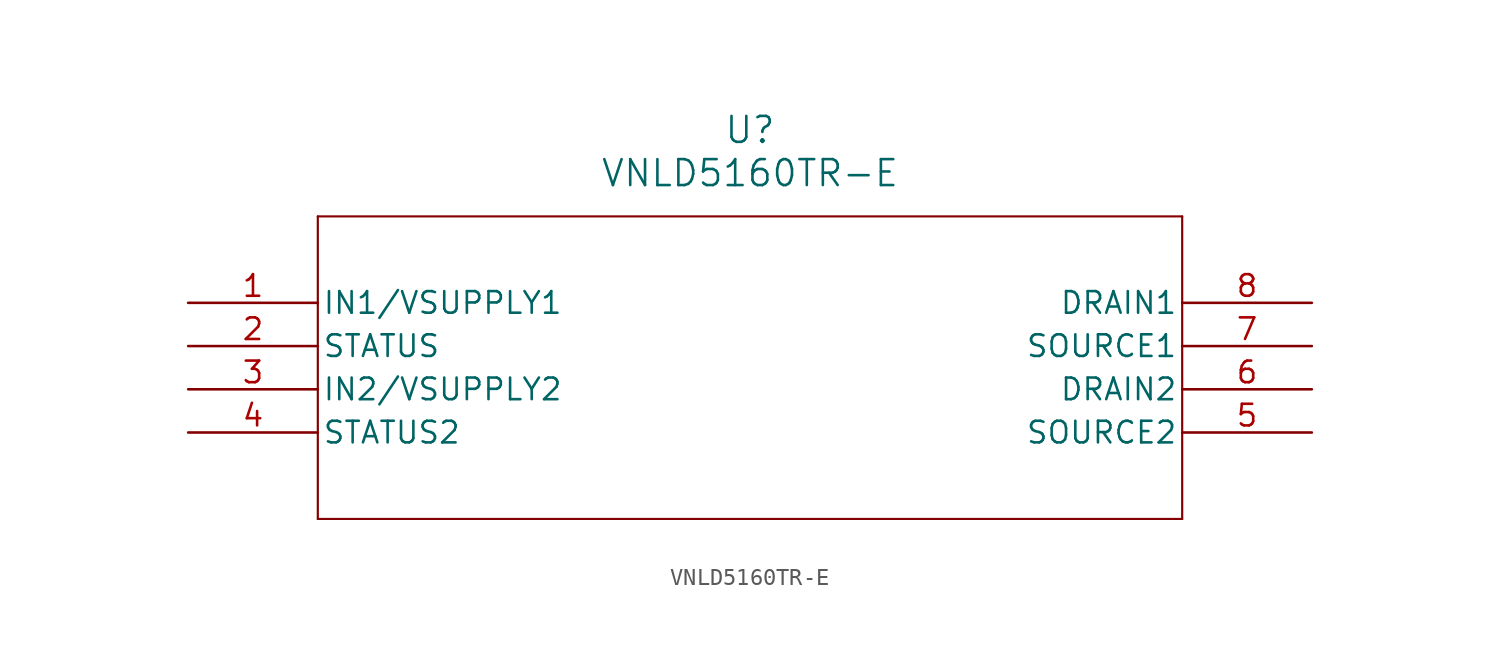
<source format=kicad_sym>
(kicad_symbol_lib
  (version 20211014)
  (generator kicad_symbol_editor)
  (symbol "VNLD5160TR-E"
    (pin_names
      (offset 0.254))
    (property "Reference" "U"
      (at 33.02 10.16 0)
      (effects (font (size 1.524 1.524))))
    (property "Value" "VNLD5160TR-E"
      (at 33.02 7.62 0)
      (effects (font (size 1.524 1.524))))
    (symbol "VNLD5160TR-E_0_1"
      (polyline (pts (xy 7.62 5.08) (xy 7.62 -12.7)) (stroke (width 0.127) (type default) (color 0 0 0 0)) (fill (type none)))
      (polyline (pts (xy 7.62 -12.7) (xy 58.42 -12.7)) (stroke (width 0.127) (type default) (color 0 0 0 0)) (fill (type none)))
      (polyline (pts (xy 58.42 -12.7) (xy 58.42 5.08)) (stroke (width 0.127) (type default) (color 0 0 0 0)) (fill (type none)))
      (polyline (pts (xy 58.42 5.08) (xy 7.62 5.08)) (stroke (width 0.127) (type default) (color 0 0 0 0)) (fill (type none)))
      (pin input line (at 0 0 0) (length 7.62) (name "IN1/VSUPPLY1" (effects (font (size 1.27 1.27)))) (number "1" (effects (font (size 1.27 1.27)))))
      (pin unspecified line (at 0 -2.54 0) (length 7.62) (name "STATUS" (effects (font (size 1.27 1.27)))) (number "2" (effects (font (size 1.27 1.27)))))
      (pin input line (at 0 -5.08 0) (length 7.62) (name "IN2/VSUPPLY2" (effects (font (size 1.27 1.27)))) (number "3" (effects (font (size 1.27 1.27)))))
      (pin unspecified line (at 0 -7.62 0) (length 7.62) (name "STATUS2" (effects (font (size 1.27 1.27)))) (number "4" (effects (font (size 1.27 1.27)))))
      (pin bidirectional line (at 66.04 -7.62 180) (length 7.62) (name "SOURCE2" (effects (font (size 1.27 1.27)))) (number "5" (effects (font (size 1.27 1.27)))))
      (pin input line (at 66.04 -5.08 180) (length 7.62) (name "DRAIN2" (effects (font (size 1.27 1.27)))) (number "6" (effects (font (size 1.27 1.27)))))
      (pin bidirectional line (at 66.04 -2.54 180) (length 7.62) (name "SOURCE1" (effects (font (size 1.27 1.27)))) (number "7" (effects (font (size 1.27 1.27)))))
      (pin input line (at 66.04 0 180) (length 7.62) (name "DRAIN1" (effects (font (size 1.27 1.27)))) (number "8" (effects (font (size 1.27 1.27))))))))
</source>
